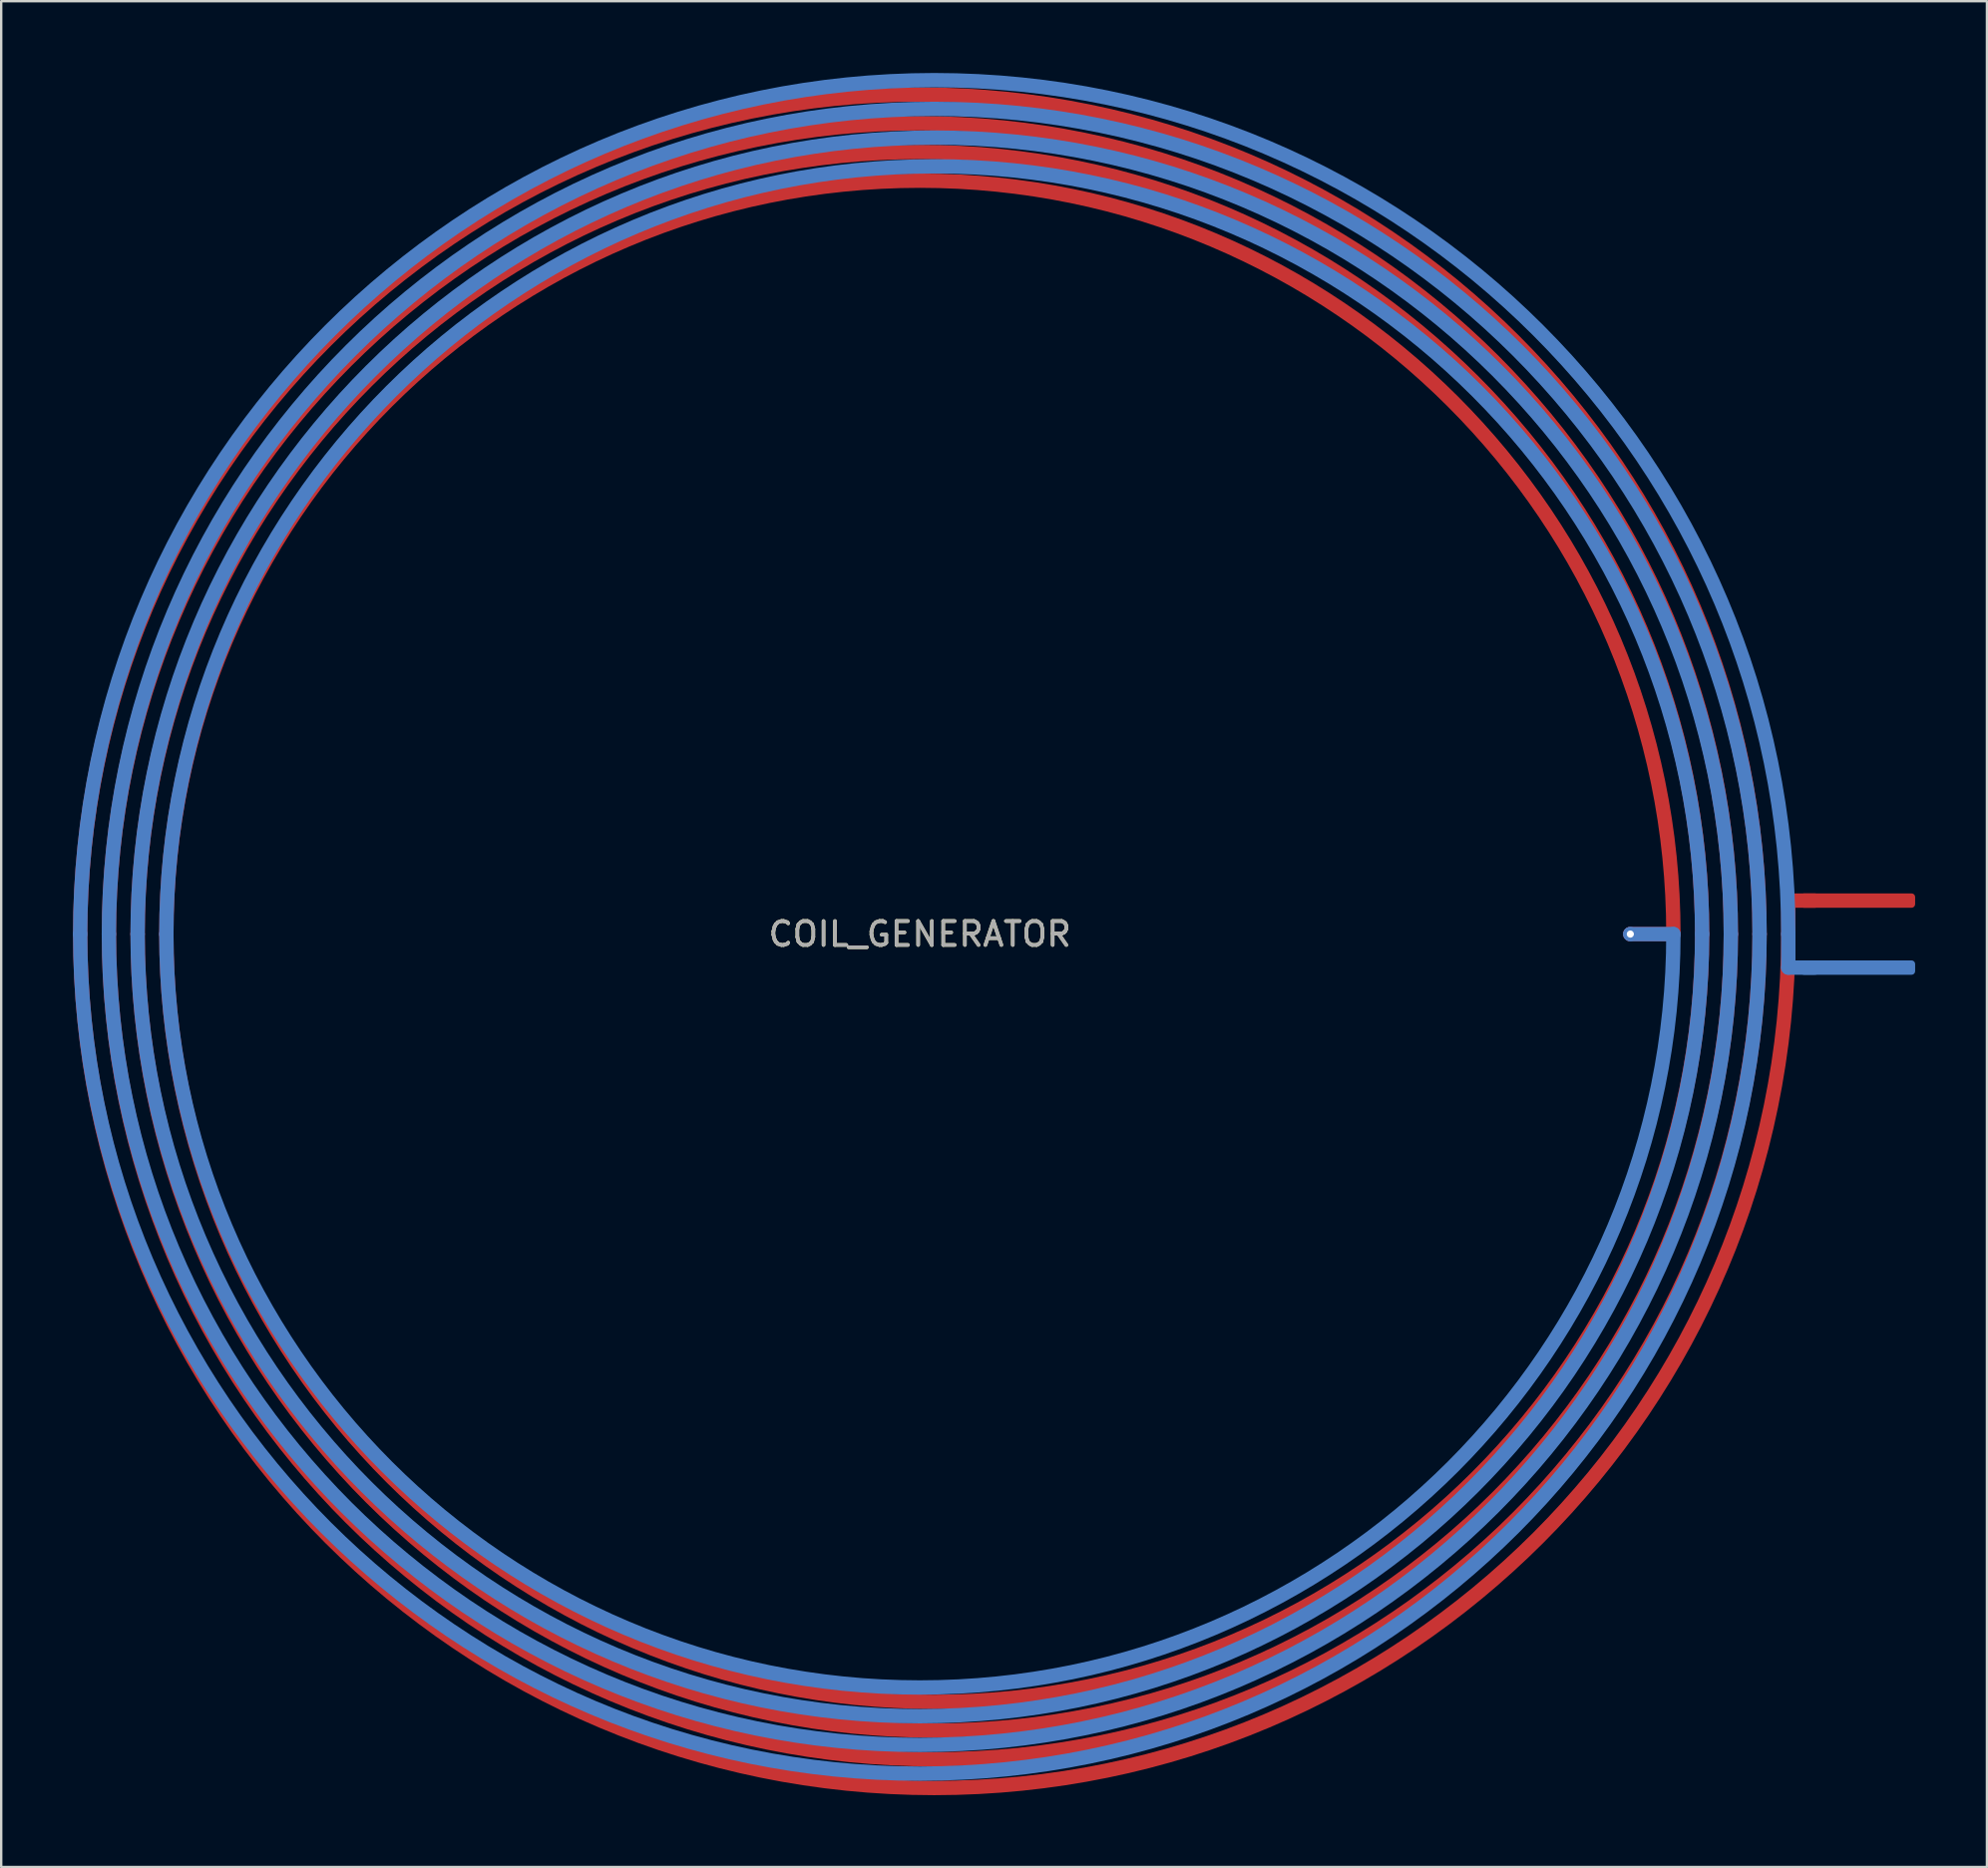
<source format=kicad_pcb>
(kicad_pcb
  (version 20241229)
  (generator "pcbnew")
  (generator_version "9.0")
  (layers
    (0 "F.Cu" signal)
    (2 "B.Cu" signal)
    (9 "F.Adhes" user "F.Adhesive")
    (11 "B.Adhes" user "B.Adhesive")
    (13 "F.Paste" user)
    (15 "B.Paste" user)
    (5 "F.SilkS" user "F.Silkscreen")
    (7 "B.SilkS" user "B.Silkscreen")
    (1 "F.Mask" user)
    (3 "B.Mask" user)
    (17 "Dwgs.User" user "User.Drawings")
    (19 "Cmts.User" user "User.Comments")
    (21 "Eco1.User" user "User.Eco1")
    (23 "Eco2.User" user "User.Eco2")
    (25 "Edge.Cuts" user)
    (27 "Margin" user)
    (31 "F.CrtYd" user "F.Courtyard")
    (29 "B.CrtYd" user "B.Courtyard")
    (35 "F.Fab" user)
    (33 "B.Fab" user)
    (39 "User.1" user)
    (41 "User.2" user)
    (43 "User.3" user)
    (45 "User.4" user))
  (footprint "COIL_GENERATOR"
    (layer "F.Cu")
    (at 35.382 35.982)
    (property "Reference" "COIL_GENERATOR" (at 0 0 0) (unlocked yes) (layer "F.SilkS") (effects (font (size 1 1) (thickness 0.15))))
    (attr smd exclude_from_pos_files exclude_from_bom allow_missing_courtyard)
    (fp_line (start 31.482 0) (end 29.682 0) (stroke (width 0.6) (type default)) (layer "F.Cu"))
    (fp_line (start 36.282 -1.4) (end 37.382 -1.4) (stroke (width 0.6) (type default)) (layer "F.Cu"))
    (fp_line (start 36.282 0) (end 36.282 -1.4) (stroke (width 0.6) (type default)) (layer "F.Cu"))
    (fp_arc (start -35.082 0) (mid 0 -35.082) (end 35.082 0) (stroke (width 0.6) (type default)) (layer "F.Cu"))
    (fp_arc (start -33.882 0) (mid 0 -33.882) (end 33.882 0) (stroke (width 0.6) (type default)) (layer "F.Cu"))
    (fp_arc (start -32.682 0) (mid 0 -32.682) (end 32.682 0) (stroke (width 0.6) (type default)) (layer "F.Cu"))
    (fp_arc (start -31.482 0) (mid 0 -31.482) (end 31.482 0) (stroke (width 0.6) (type default)) (layer "F.Cu"))
    (fp_arc (start 32.682 0) (mid 0.6 32.082) (end -31.482 0) (stroke (width 0.6) (type default)) (layer "F.Cu"))
    (fp_arc (start 33.882 0) (mid 0.6 33.282) (end -32.682 0) (stroke (width 0.6) (type default)) (layer "F.Cu"))
    (fp_arc (start 35.082 0) (mid 0.6 34.482) (end -33.882 0) (stroke (width 0.6) (type default)) (layer "F.Cu"))
    (fp_arc (start 36.282 0) (mid 0.6 35.682) (end -35.082 0) (stroke (width 0.6) (type default)) (layer "F.Cu"))
    (fp_line (start 31.482 0) (end 29.682 0) (stroke (width 0.6) (type default)) (layer "B.Cu"))
    (fp_line (start 36.282 0) (end 36.282 1.4) (stroke (width 0.6) (type default)) (layer "B.Cu"))
    (fp_line (start 36.282 1.4) (end 37.382 1.4) (stroke (width 0.6) (type default)) (layer "B.Cu"))
    (fp_arc (start -35.082 0) (mid 0.6 -35.682) (end 36.282 0) (stroke (width 0.6) (type default)) (layer "B.Cu"))
    (fp_arc (start -33.882 0) (mid 0.6 -34.482) (end 35.082 0) (stroke (width 0.6) (type default)) (layer "B.Cu"))
    (fp_arc (start -32.682 0) (mid 0.6 -33.282) (end 33.882 0) (stroke (width 0.6) (type default)) (layer "B.Cu"))
    (fp_arc (start -31.482 0) (mid 0.6 -32.082) (end 32.682 0) (stroke (width 0.6) (type default)) (layer "B.Cu"))
    (fp_arc (start 31.482 0) (mid 0 31.482) (end -31.482 0) (stroke (width 0.6) (type default)) (layer "B.Cu"))
    (fp_arc (start 32.682 0) (mid 0 32.682) (end -32.682 0) (stroke (width 0.6) (type default)) (layer "B.Cu"))
    (fp_arc (start 33.882 0) (mid 0 33.882) (end -33.882 0) (stroke (width 0.6) (type default)) (layer "B.Cu"))
    (fp_arc (start 35.082 0) (mid 0 35.082) (end -35.082 0) (stroke (width 0.6) (type default)) (layer "B.Cu"))
    (fp_text user "${REFERENCE}" (at 0 0 0) (unlocked yes) (layer "F.Fab") (effects (font (size 1 1) (thickness 0.15))))
    (pad "0" thru_hole circle (at 29.682 0) (size 0.6 0.6) (drill 0.3) (layers "*.Cu") (remove_unused_layers yes) (keep_end_layers yes) (zone_layer_connections))
    (pad "1" smd roundrect (at 39.182 -1.4) (size 4.8 0.6) (layers "F.Cu") (roundrect_rratio 0.25))
    (pad "2" smd roundrect (at 39.182 1.4) (size 4.8 0.6) (layers "B.Cu") (roundrect_rratio 0.25)))
  (gr_rect
    (start -3 -3)
    (end 79.964 74.964)
    (stroke (width 0.1) (type default))
    (fill no)
    (layer "Edge.Cuts")))
</source>
